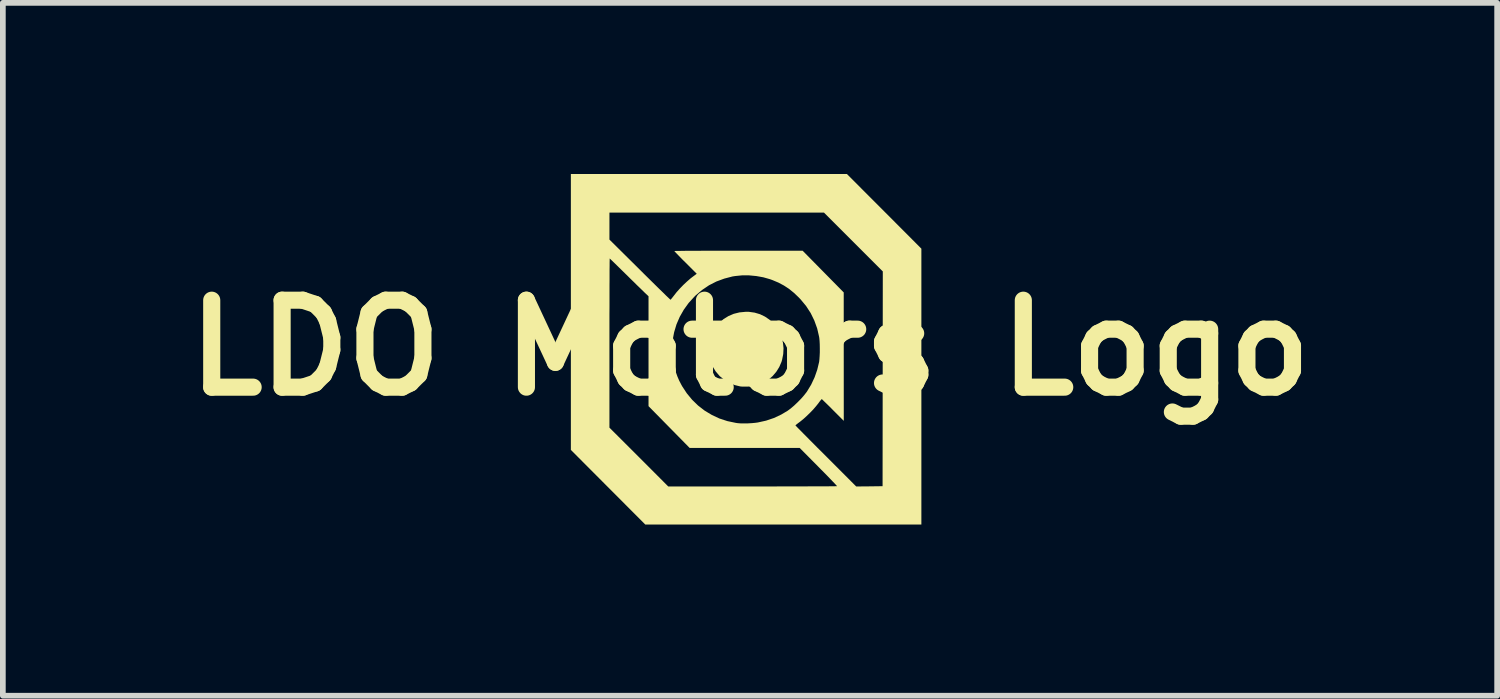
<source format=kicad_pcb>
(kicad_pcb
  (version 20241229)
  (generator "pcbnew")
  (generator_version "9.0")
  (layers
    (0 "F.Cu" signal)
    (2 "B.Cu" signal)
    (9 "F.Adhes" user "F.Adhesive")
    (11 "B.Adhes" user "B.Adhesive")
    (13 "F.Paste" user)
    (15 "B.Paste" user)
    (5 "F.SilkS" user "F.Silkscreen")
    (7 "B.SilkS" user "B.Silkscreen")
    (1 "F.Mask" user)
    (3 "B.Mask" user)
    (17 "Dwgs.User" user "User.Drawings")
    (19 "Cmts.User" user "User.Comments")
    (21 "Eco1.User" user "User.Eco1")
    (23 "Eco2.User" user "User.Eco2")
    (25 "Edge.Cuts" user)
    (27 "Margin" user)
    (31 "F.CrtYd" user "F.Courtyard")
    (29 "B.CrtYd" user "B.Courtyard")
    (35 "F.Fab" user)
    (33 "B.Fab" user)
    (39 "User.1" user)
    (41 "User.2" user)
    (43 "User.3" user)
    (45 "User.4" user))
  (footprint "LDO Motors Logo"
    (layer "F.Cu")
    (at 10.095 3.046)
    (property "Reference" "LDO Motors Logo" (at 0 0 0) (layer "F.SilkS") (effects (font (size 1.524 1.524) (thickness 0.3))))
    (attr board_only exclude_from_pos_files exclude_from_bom)
    (fp_poly (pts (xy -0.021 -0.631) (xy 0.08 -0.617) (xy 0.175 -0.589) (xy 0.262 -0.547) (xy 0.34 -0.494) (xy 0.41 -0.429) (xy 0.469 -0.355) (xy 0.517 -0.273) (xy 0.554 -0.185) (xy 0.577 -0.091) (xy 0.587 0.007) (xy 0.582 0.108) (xy 0.562 0.21) (xy 0.551 0.247) (xy 0.512 0.337) (xy 0.46 0.42) (xy 0.396 0.495) (xy 0.322 0.559) (xy 0.241 0.61) (xy 0.181 0.636) (xy 0.147 0.649) (xy 0.113 0.66) (xy 0.09 0.667) (xy 0.059 0.673) (xy 0.016 0.677) (xy -0.033 0.679) (xy -0.084 0.68) (xy -0.13 0.68) (xy -0.168 0.677) (xy -0.173 0.676) (xy -0.268 0.653) (xy -0.361 0.614) (xy -0.447 0.564) (xy -0.524 0.502) (xy -0.539 0.487) (xy -0.603 0.412) (xy -0.653 0.33) (xy -0.688 0.241) (xy -0.71 0.143) (xy -0.718 0.035) (xy -0.718 0.016) (xy -0.714 -0.072) (xy -0.701 -0.151) (xy -0.678 -0.224) (xy -0.659 -0.267) (xy -0.606 -0.357) (xy -0.54 -0.436) (xy -0.465 -0.503) (xy -0.379 -0.556) (xy -0.286 -0.596) (xy -0.185 -0.621) (xy -0.079 -0.631)) (stroke (width 0) (type solid)) (fill yes) (layer "F.SilkS"))
    (fp_poly (pts (xy 2.351 -2.392) (xy 3.003 -1.738) (xy 3.003 3.097) (xy -1.836 3.097) (xy -3.14 1.789) (xy -3.14 1.399) (xy -2.464 1.399) (xy -1.948 1.914) (xy -1.433 2.43) (xy 0.043 2.43) (xy 0.201 2.43) (xy 0.354 2.43) (xy 0.502 2.429) (xy 0.643 2.429) (xy 0.777 2.429) (xy 0.902 2.429) (xy 1.019 2.428) (xy 1.126 2.428) (xy 1.222 2.428) (xy 1.307 2.427) (xy 1.379 2.427) (xy 1.437 2.426) (xy 1.482 2.426) (xy 1.511 2.425) (xy 1.524 2.425) (xy 1.525 2.425) (xy 1.52 2.418) (xy 1.504 2.4) (xy 1.478 2.372) (xy 1.443 2.336) (xy 1.401 2.292) (xy 1.352 2.241) (xy 1.297 2.185) (xy 1.237 2.125) (xy 1.2 2.087) (xy 0.87 1.754) (xy -1.059 1.754) (xy -1.419 1.388) (xy -1.779 1.022) (xy -1.779 0.031) (xy -1.358 0.031) (xy -1.358 0.089) (xy -1.356 0.143) (xy -1.354 0.19) (xy -1.351 0.226) (xy -1.348 0.244) (xy -1.325 0.341) (xy -1.3 0.426) (xy -1.273 0.502) (xy -1.242 0.574) (xy -1.205 0.645) (xy -1.191 0.671) (xy -1.109 0.796) (xy -1.015 0.91) (xy -0.91 1.012) (xy -0.795 1.101) (xy -0.67 1.176) (xy -0.538 1.238) (xy -0.398 1.284) (xy -0.251 1.315) (xy -0.218 1.32) (xy -0.168 1.324) (xy -0.106 1.325) (xy -0.038 1.324) (xy 0.031 1.32) (xy 0.095 1.314) (xy 0.138 1.308) (xy 0.282 1.276) (xy 0.418 1.23) (xy 0.548 1.169) (xy 0.659 1.103) (xy 0.713 1.063) (xy 0.773 1.012) (xy 0.835 0.953) (xy 0.895 0.892) (xy 0.949 0.83) (xy 0.993 0.773) (xy 1 0.763) (xy 1.072 0.644) (xy 1.132 0.516) (xy 1.178 0.384) (xy 1.21 0.251) (xy 1.211 0.248) (xy 1.216 0.202) (xy 1.22 0.144) (xy 1.223 0.079) (xy 1.223 0.01) (xy 1.222 -0.058) (xy 1.219 -0.12) (xy 1.214 -0.172) (xy 1.211 -0.192) (xy 1.177 -0.339) (xy 1.127 -0.478) (xy 1.063 -0.609) (xy 0.983 -0.732) (xy 0.888 -0.847) (xy 0.857 -0.88) (xy 0.77 -0.963) (xy 0.684 -1.033) (xy 0.594 -1.092) (xy 0.498 -1.143) (xy 0.391 -1.188) (xy 0.349 -1.203) (xy 0.233 -1.236) (xy 0.11 -1.258) (xy -0.016 -1.27) (xy -0.142 -1.27) (xy -0.261 -1.258) (xy -0.306 -1.251) (xy -0.452 -1.213) (xy -0.59 -1.162) (xy -0.719 -1.096) (xy -0.84 -1.014) (xy -0.954 -0.918) (xy -0.978 -0.894) (xy -1.076 -0.786) (xy -1.161 -0.668) (xy -1.232 -0.543) (xy -1.289 -0.411) (xy -1.33 -0.274) (xy -1.352 -0.158) (xy -1.355 -0.124) (xy -1.357 -0.079) (xy -1.358 -0.026) (xy -1.358 0.031) (xy -1.779 0.031) (xy -1.779 -0.904) (xy -1.846 -0.967) (xy -1.866 -0.987) (xy -1.897 -1.017) (xy -1.937 -1.056) (xy -1.984 -1.101) (xy -2.036 -1.153) (xy -2.093 -1.208) (xy -2.151 -1.266) (xy -2.184 -1.298) (xy -2.24 -1.353) (xy -2.293 -1.405) (xy -2.34 -1.451) (xy -2.382 -1.492) (xy -2.415 -1.524) (xy -2.44 -1.548) (xy -2.456 -1.562) (xy -2.46 -1.566) (xy -2.46 -1.557) (xy -2.46 -1.533) (xy -2.461 -1.492) (xy -2.461 -1.438) (xy -2.462 -1.37) (xy -2.462 -1.289) (xy -2.462 -1.196) (xy -2.463 -1.092) (xy -2.463 -0.978) (xy -2.463 -0.855) (xy -2.463 -0.723) (xy -2.464 -0.584) (xy -2.464 -0.438) (xy -2.464 -0.287) (xy -2.464 -0.13) (xy -2.464 -0.083) (xy -2.464 1.399) (xy -3.14 1.399) (xy -3.14 -1.897) (xy -2.464 -1.897) (xy -1.932 -1.37) (xy -1.853 -1.291) (xy -1.777 -1.216) (xy -1.705 -1.145) (xy -1.639 -1.08) (xy -1.579 -1.021) (xy -1.525 -0.969) (xy -1.48 -0.924) (xy -1.443 -0.889) (xy -1.416 -0.863) (xy -1.399 -0.847) (xy -1.394 -0.843) (xy -1.387 -0.849) (xy -1.372 -0.867) (xy -1.352 -0.892) (xy -1.334 -0.915) (xy -1.288 -0.974) (xy -1.231 -1.038) (xy -1.169 -1.102) (xy -1.105 -1.162) (xy -1.044 -1.215) (xy -1.017 -1.236) (xy -0.934 -1.298) (xy -1.13 -1.494) (xy -1.178 -1.541) (xy -1.221 -1.585) (xy -1.259 -1.624) (xy -1.289 -1.655) (xy -1.312 -1.679) (xy -1.324 -1.693) (xy -1.326 -1.696) (xy -1.318 -1.697) (xy -1.293 -1.698) (xy -1.254 -1.698) (xy -1.2 -1.699) (xy -1.133 -1.7) (xy -1.054 -1.7) (xy -0.964 -1.701) (xy -0.864 -1.701) (xy -0.754 -1.702) (xy -0.637 -1.702) (xy -0.513 -1.702) (xy -0.382 -1.702) (xy -0.246 -1.702) (xy -0.202 -1.702) (xy 0.922 -1.702) (xy 1.642 -0.971) (xy 1.643 1.28) (xy 1.452 1.089) (xy 1.406 1.042) (xy 1.363 1) (xy 1.325 0.963) (xy 1.294 0.933) (xy 1.272 0.911) (xy 1.259 0.9) (xy 1.257 0.898) (xy 1.25 0.905) (xy 1.235 0.922) (xy 1.215 0.948) (xy 1.197 0.973) (xy 1.157 1.023) (xy 1.108 1.08) (xy 1.052 1.138) (xy 0.993 1.195) (xy 0.936 1.247) (xy 0.883 1.29) (xy 0.87 1.3) (xy 0.84 1.322) (xy 0.816 1.341) (xy 0.8 1.354) (xy 0.796 1.359) (xy 0.802 1.366) (xy 0.819 1.384) (xy 0.846 1.412) (xy 0.884 1.45) (xy 0.929 1.496) (xy 0.983 1.55) (xy 1.043 1.611) (xy 1.11 1.678) (xy 1.181 1.75) (xy 1.258 1.826) (xy 1.329 1.897) (xy 1.861 2.43) (xy 2.092 2.428) (xy 2.323 2.425) (xy 2.327 -1.339) (xy 1.812 -1.854) (xy 1.296 -2.37) (xy -2.464 -2.37) (xy -2.464 -1.897) (xy -3.14 -1.897) (xy -3.14 -3.046) (xy 1.698 -3.046)) (stroke (width 0) (type solid)) (fill yes) (layer "F.SilkS")))
  (gr_rect
    (start -3 -3)
    (end 23.189 9.143)
    (stroke (width 0.1) (type default))
    (fill no)
    (layer "Edge.Cuts")))
</source>
